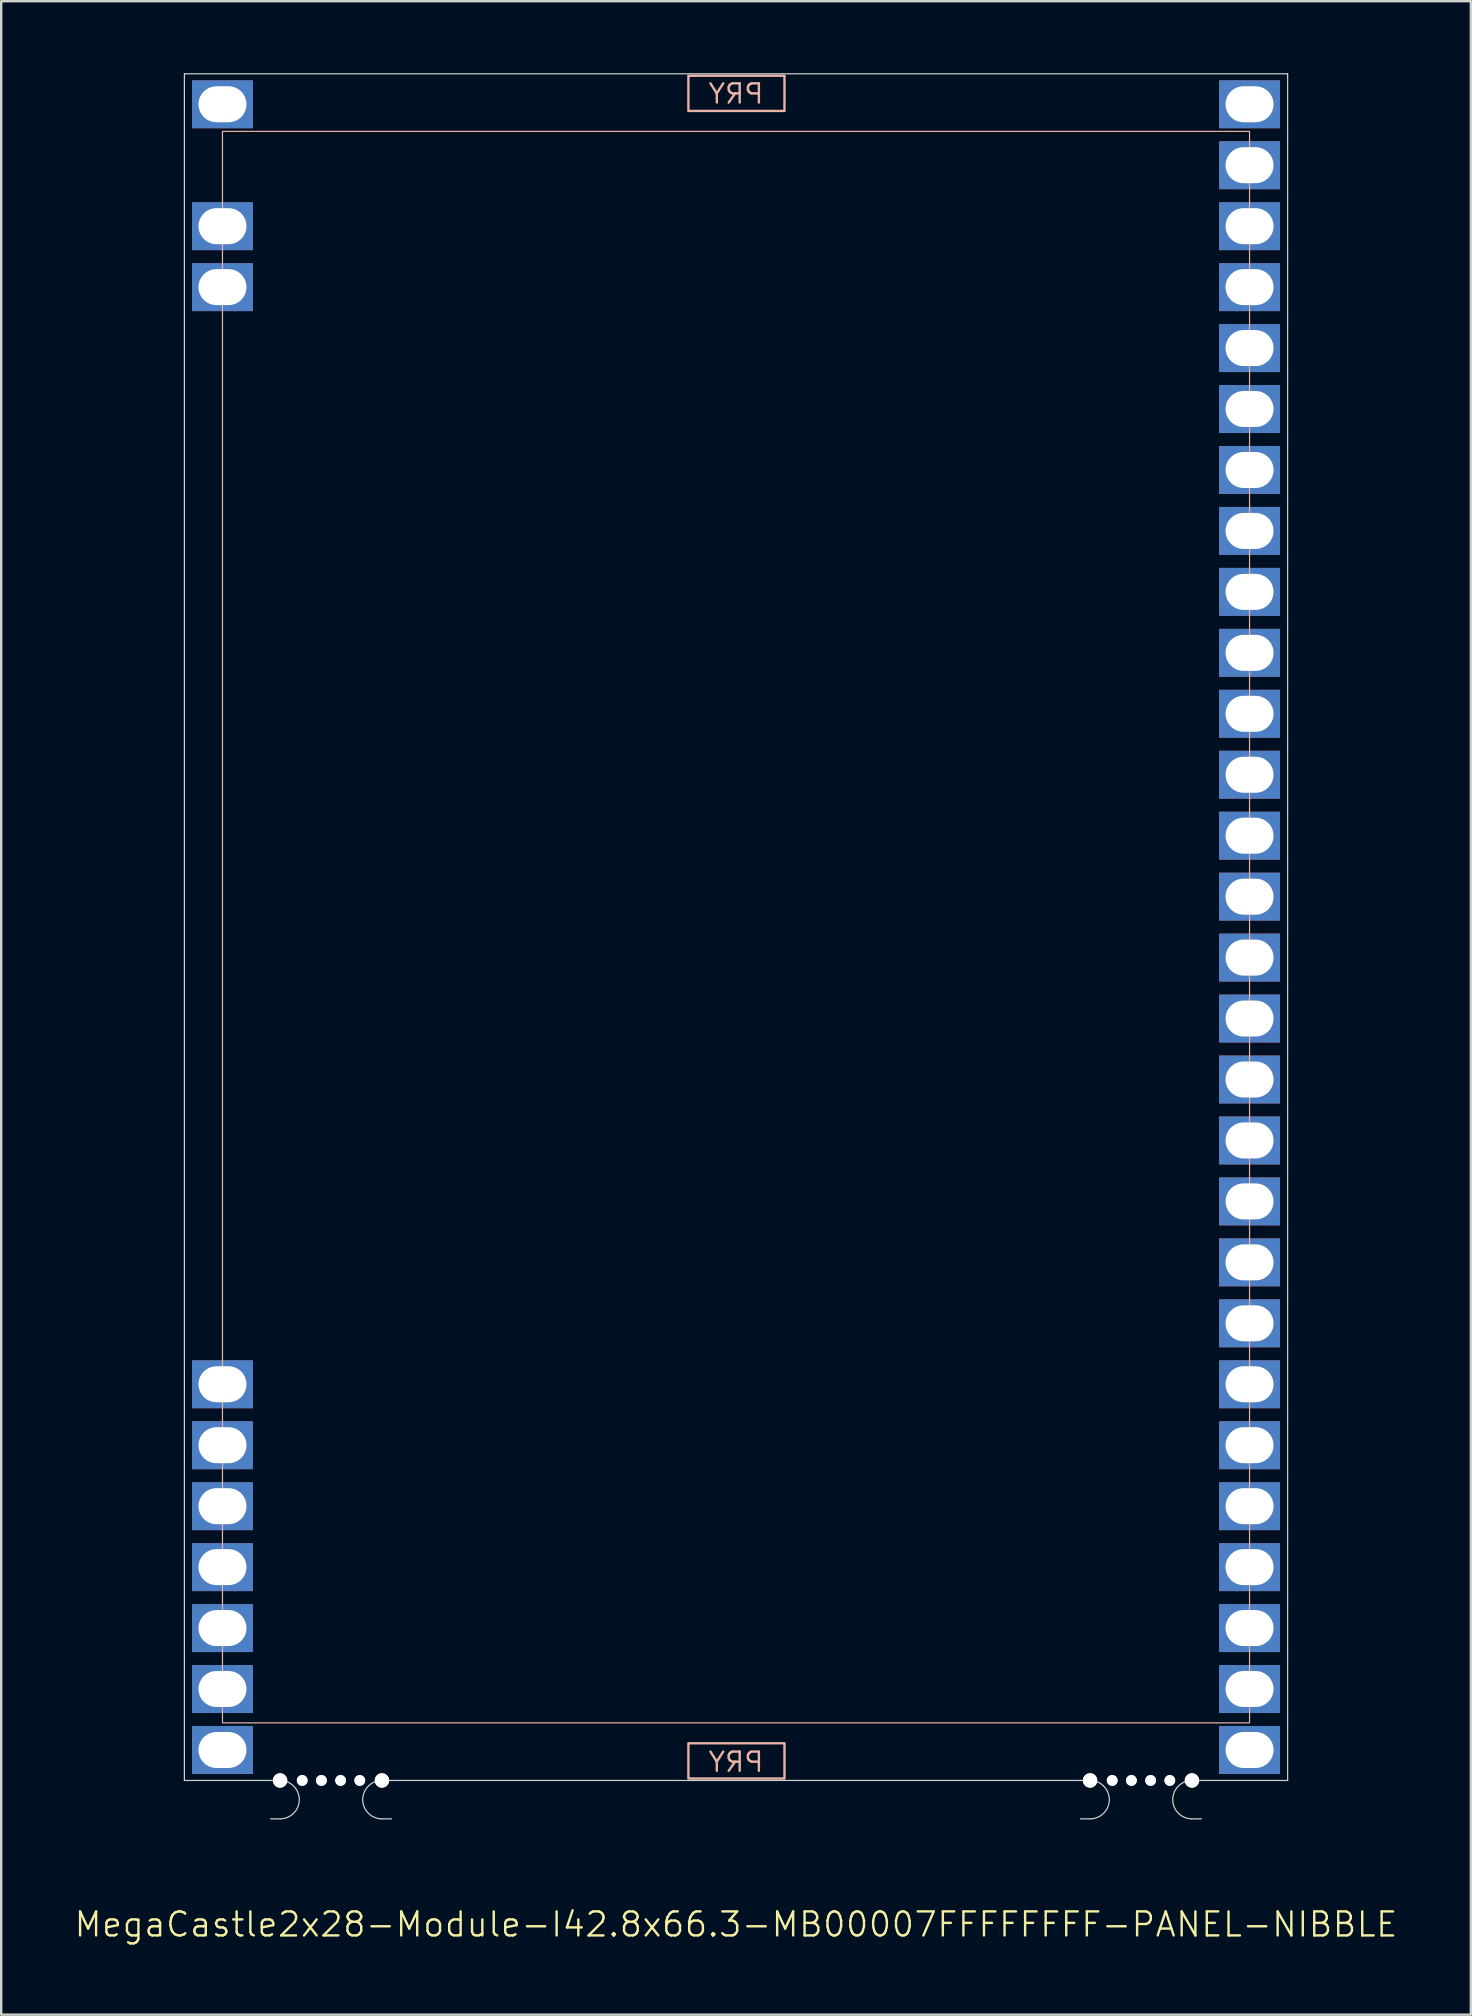
<source format=kicad_pcb>
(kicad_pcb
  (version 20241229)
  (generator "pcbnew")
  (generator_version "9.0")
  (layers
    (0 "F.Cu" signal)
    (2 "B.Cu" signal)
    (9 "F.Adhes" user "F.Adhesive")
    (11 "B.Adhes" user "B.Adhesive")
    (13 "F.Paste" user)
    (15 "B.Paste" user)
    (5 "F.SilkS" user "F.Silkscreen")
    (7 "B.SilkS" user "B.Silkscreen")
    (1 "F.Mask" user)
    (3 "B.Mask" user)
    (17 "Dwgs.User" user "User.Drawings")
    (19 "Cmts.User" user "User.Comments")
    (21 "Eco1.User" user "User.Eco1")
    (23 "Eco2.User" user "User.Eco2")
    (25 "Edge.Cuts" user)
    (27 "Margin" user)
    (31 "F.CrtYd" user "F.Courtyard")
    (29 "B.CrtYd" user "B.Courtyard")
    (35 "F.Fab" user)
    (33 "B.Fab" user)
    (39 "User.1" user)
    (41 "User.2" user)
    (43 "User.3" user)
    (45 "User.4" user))
  (footprint "MegaCastle2x28-Module-I42.8x66.3-MB00007FFFFFFFF-PANEL-NIBBLE"
    (layer "F.Cu")
    (at 27.621 35.585)
    (property "Reference" "MegaCastle2x28-Module-I42.8x66.3-MB00007FFFFFFFF-PANEL-NIBBLE" (at 0 41.56 0) (unlocked yes) (layer "F.SilkS") (effects (font (size 1 1) (thickness 0.1))))
    (attr smd)
    (fp_rect (start -21.4 33.16) (end 21.4 -33.16) (stroke (width 0.05) (type default)) (fill no) (layer "B.SilkS"))
    (fp_rect (start -1.984 -34.011) (end 2.02 -35.48) (stroke (width 0.1) (type default)) (fill no) (layer "B.SilkS"))
    (fp_rect (start -1.984 34.011) (end 2.02 35.48) (stroke (width 0.1) (type default)) (fill no) (layer "B.SilkS"))
    (fp_line (start -22.987 -35.56) (end -22.987 35.56) (stroke (width 0.05) (type default)) (layer "Edge.Cuts"))
    (fp_line (start -22.987 -35.56) (end 22.987 -35.56) (stroke (width 0.05) (type default)) (layer "Edge.Cuts"))
    (fp_line (start -22.987 35.56) (end -19.4 35.56) (stroke (width 0.05) (type default)) (layer "Edge.Cuts"))
    (fp_line (start -19.4 35.56) (end -19 35.56) (stroke (width 0.05) (type default)) (layer "Edge.Cuts"))
    (fp_line (start -19.4 37.16) (end -19 37.16) (stroke (width 0.05) (type default)) (layer "Edge.Cuts"))
    (fp_line (start -14.355 35.56) (end -14.755 35.56) (stroke (width 0.05) (type default)) (layer "Edge.Cuts"))
    (fp_line (start -14.355 35.56) (end 14.355 35.56) (stroke (width 0.05) (type default)) (layer "Edge.Cuts"))
    (fp_line (start -14.355 37.16) (end -14.755 37.16) (stroke (width 0.05) (type default)) (layer "Edge.Cuts"))
    (fp_line (start 14.355 35.56) (end 14.755 35.56) (stroke (width 0.05) (type default)) (layer "Edge.Cuts"))
    (fp_line (start 14.355 37.16) (end 14.755 37.16) (stroke (width 0.05) (type default)) (layer "Edge.Cuts"))
    (fp_line (start 19.4 35.56) (end 19 35.56) (stroke (width 0.05) (type default)) (layer "Edge.Cuts"))
    (fp_line (start 19.4 35.56) (end 22.987 35.56) (stroke (width 0.05) (type default)) (layer "Edge.Cuts"))
    (fp_line (start 19.4 37.16) (end 19 37.16) (stroke (width 0.05) (type default)) (layer "Edge.Cuts"))
    (fp_line (start 22.987 -35.56) (end 22.987 35.56) (stroke (width 0.05) (type default)) (layer "Edge.Cuts"))
    (fp_arc (start -19 35.560001) (mid -18.199999 36.360001) (end -19 37.16) (stroke (width 0.05) (type default)) (layer "Edge.Cuts"))
    (fp_arc (start -14.754999 37.16) (mid -15.554999 36.360001) (end -14.754999 35.560001) (stroke (width 0.05) (type default)) (layer "Edge.Cuts"))
    (fp_arc (start 14.754997 35.560001) (mid 15.554997 36.360001) (end 14.754997 37.16) (stroke (width 0.05) (type default)) (layer "Edge.Cuts"))
    (fp_arc (start 18.999998 37.16) (mid 18.2 36.36) (end 18.999998 35.560001) (stroke (width 0.05) (type default)) (layer "Edge.Cuts"))
    (fp_text user "PRY" (at 0 -34.26 0) (unlocked yes) (layer "B.SilkS") (effects (font (size 0.8 0.8) (thickness 0.1)) (justify bottom mirror)))
    (fp_text user "PRY" (at 0 35.26 0) (unlocked yes) (layer "B.SilkS") (effects (font (size 0.8 0.8) (thickness 0.1)) (justify bottom mirror)))
    (pad "" np_thru_hole circle (at -19 35.56) (size 0.6 0.6) (drill 0.6) (layers "*.Cu" "Edge.Cuts"))
    (pad "" np_thru_hole circle (at -18.077 35.56) (size 0.45 0.45) (drill 0.45) (layers "*.Cu" "Edge.Cuts"))
    (pad "" np_thru_hole circle (at -17.277 35.56) (size 0.45 0.45) (drill 0.45) (layers "*.Cu" "Edge.Cuts"))
    (pad "" np_thru_hole circle (at -16.477 35.56) (size 0.45 0.45) (drill 0.45) (layers "*.Cu" "Edge.Cuts"))
    (pad "" np_thru_hole circle (at -15.678 35.56) (size 0.45 0.45) (drill 0.45) (layers "*.Cu" "Edge.Cuts"))
    (pad "" np_thru_hole circle (at -14.755 35.56) (size 0.6 0.6) (drill 0.6) (layers "*.Cu" "Edge.Cuts"))
    (pad "" np_thru_hole circle (at 14.755 35.56) (size 0.6 0.6) (drill 0.6) (layers "*.Cu" "Edge.Cuts"))
    (pad "" np_thru_hole circle (at 15.677 35.56) (size 0.45 0.45) (drill 0.45) (layers "*.Cu" "Edge.Cuts"))
    (pad "" np_thru_hole circle (at 16.477 35.56) (size 0.45 0.45) (drill 0.45) (layers "*.Cu" "Edge.Cuts"))
    (pad "" np_thru_hole circle (at 17.277 35.56) (size 0.45 0.45) (drill 0.45) (layers "*.Cu" "Edge.Cuts"))
    (pad "" np_thru_hole circle (at 18.077 35.56) (size 0.45 0.45) (drill 0.45) (layers "*.Cu" "Edge.Cuts"))
    (pad "" np_thru_hole circle (at 19 35.56) (size 0.6 0.6) (drill 0.6) (layers "*.Cu" "Edge.Cuts"))
    (pad "1" thru_hole rect (at -21.4 -34.29) (size 2.54 2) (drill oval 2 1.5) (property pad_prop_castellated) (layers "*.Cu" "*.Mask"))
    (pad "3" thru_hole rect (at -21.4 -29.21) (size 2.54 2) (drill oval 2 1.5) (property pad_prop_castellated) (layers "*.Cu" "*.Mask"))
    (pad "4" thru_hole rect (at -21.4 -26.67) (size 2.54 2) (drill oval 2 1.5) (property pad_prop_castellated) (layers "*.Cu" "*.Mask"))
    (pad "22" thru_hole rect (at -21.4 19.05) (size 2.54 2) (drill oval 2 1.5) (property pad_prop_castellated) (layers "*.Cu" "*.Mask"))
    (pad "23" thru_hole rect (at -21.4 21.59) (size 2.54 2) (drill oval 2 1.5) (property pad_prop_castellated) (layers "*.Cu" "*.Mask"))
    (pad "24" thru_hole rect (at -21.4 24.13) (size 2.54 2) (drill oval 2 1.5) (property pad_prop_castellated) (layers "*.Cu" "*.Mask"))
    (pad "25" thru_hole rect (at -21.4 26.67) (size 2.54 2) (drill oval 2 1.5) (property pad_prop_castellated) (layers "*.Cu" "*.Mask"))
    (pad "26" thru_hole rect (at -21.4 29.21) (size 2.54 2) (drill oval 2 1.5) (property pad_prop_castellated) (layers "*.Cu" "*.Mask"))
    (pad "27" thru_hole rect (at -21.4 31.75) (size 2.54 2) (drill oval 2 1.5) (property pad_prop_castellated) (layers "*.Cu" "*.Mask"))
    (pad "28" thru_hole rect (at -21.4 34.29) (size 2.54 2) (drill oval 2 1.5) (property pad_prop_castellated) (layers "*.Cu" "*.Mask"))
    (pad "29" thru_hole rect (at 21.4 -34.29) (size 2.54 2) (drill oval 2 1.5) (property pad_prop_castellated) (layers "*.Cu" "*.Mask"))
    (pad "30" thru_hole rect (at 21.4 -31.75) (size 2.54 2) (drill oval 2 1.5) (property pad_prop_castellated) (layers "*.Cu" "*.Mask"))
    (pad "31" thru_hole rect (at 21.4 -29.21) (size 2.54 2) (drill oval 2 1.5) (property pad_prop_castellated) (layers "*.Cu" "*.Mask"))
    (pad "32" thru_hole rect (at 21.4 -26.67) (size 2.54 2) (drill oval 2 1.5) (property pad_prop_castellated) (layers "*.Cu" "*.Mask"))
    (pad "33" thru_hole rect (at 21.4 -24.13) (size 2.54 2) (drill oval 2 1.5) (property pad_prop_castellated) (layers "*.Cu" "*.Mask"))
    (pad "34" thru_hole rect (at 21.4 -21.59) (size 2.54 2) (drill oval 2 1.5) (property pad_prop_castellated) (layers "*.Cu" "*.Mask"))
    (pad "35" thru_hole rect (at 21.4 -19.05) (size 2.54 2) (drill oval 2 1.5) (property pad_prop_castellated) (layers "*.Cu" "*.Mask"))
    (pad "36" thru_hole rect (at 21.4 -16.51) (size 2.54 2) (drill oval 2 1.5) (property pad_prop_castellated) (layers "*.Cu" "*.Mask"))
    (pad "37" thru_hole rect (at 21.4 -13.97) (size 2.54 2) (drill oval 2 1.5) (property pad_prop_castellated) (layers "*.Cu" "*.Mask"))
    (pad "38" thru_hole rect (at 21.4 -11.43) (size 2.54 2) (drill oval 2 1.5) (property pad_prop_castellated) (layers "*.Cu" "*.Mask"))
    (pad "39" thru_hole rect (at 21.4 -8.89) (size 2.54 2) (drill oval 2 1.5) (property pad_prop_castellated) (layers "*.Cu" "*.Mask"))
    (pad "40" thru_hole rect (at 21.4 -6.35) (size 2.54 2) (drill oval 2 1.5) (property pad_prop_castellated) (layers "*.Cu" "*.Mask"))
    (pad "41" thru_hole rect (at 21.4 -3.81) (size 2.54 2) (drill oval 2 1.5) (property pad_prop_castellated) (layers "*.Cu" "*.Mask"))
    (pad "42" thru_hole rect (at 21.4 -1.27) (size 2.54 2) (drill oval 2 1.5) (property pad_prop_castellated) (layers "*.Cu" "*.Mask"))
    (pad "43" thru_hole rect (at 21.4 1.27) (size 2.54 2) (drill oval 2 1.5) (property pad_prop_castellated) (layers "*.Cu" "*.Mask"))
    (pad "44" thru_hole rect (at 21.4 3.81) (size 2.54 2) (drill oval 2 1.5) (property pad_prop_castellated) (layers "*.Cu" "*.Mask"))
    (pad "45" thru_hole rect (at 21.4 6.35) (size 2.54 2) (drill oval 2 1.5) (property pad_prop_castellated) (layers "*.Cu" "*.Mask"))
    (pad "46" thru_hole rect (at 21.4 8.89) (size 2.54 2) (drill oval 2 1.5) (property pad_prop_castellated) (layers "*.Cu" "*.Mask"))
    (pad "47" thru_hole rect (at 21.4 11.43) (size 2.54 2) (drill oval 2 1.5) (property pad_prop_castellated) (layers "*.Cu" "*.Mask"))
    (pad "48" thru_hole rect (at 21.4 13.97) (size 2.54 2) (drill oval 2 1.5) (property pad_prop_castellated) (layers "*.Cu" "*.Mask"))
    (pad "49" thru_hole rect (at 21.4 16.51) (size 2.54 2) (drill oval 2 1.5) (property pad_prop_castellated) (layers "*.Cu" "*.Mask"))
    (pad "50" thru_hole rect (at 21.4 19.05) (size 2.54 2) (drill oval 2 1.5) (property pad_prop_castellated) (layers "*.Cu" "*.Mask"))
    (pad "51" thru_hole rect (at 21.4 21.59) (size 2.54 2) (drill oval 2 1.5) (property pad_prop_castellated) (layers "*.Cu" "*.Mask"))
    (pad "52" thru_hole rect (at 21.4 24.13) (size 2.54 2) (drill oval 2 1.5) (property pad_prop_castellated) (layers "*.Cu" "*.Mask"))
    (pad "53" thru_hole rect (at 21.4 26.67) (size 2.54 2) (drill oval 2 1.5) (property pad_prop_castellated) (layers "*.Cu" "*.Mask"))
    (pad "54" thru_hole rect (at 21.4 29.21) (size 2.54 2) (drill oval 2 1.5) (property pad_prop_castellated) (layers "*.Cu" "*.Mask"))
    (pad "55" thru_hole rect (at 21.4 31.75) (size 2.54 2) (drill oval 2 1.5) (property pad_prop_castellated) (layers "*.Cu" "*.Mask"))
    (pad "56" thru_hole rect (at 21.4 34.29) (size 2.54 2) (drill oval 2 1.5) (property pad_prop_castellated) (layers "*.Cu" "*.Mask"))
    (zone (net_name "") (layer "B.Cu") (hatch edge 0.5) (connect_pads) (min_thickness 0.25) (filled_areas_thickness no) (keepout (tracks allowed) (vias allowed) (pads allowed) (copperpour allowed) (footprints not_allowed)) (placement (enabled no)) (fill) (polygon (pts (xy 6.221 71.145) (xy 6.221 0.025))))
    (zone (net_name "") (layer "B.Cu") (hatch edge 0.5) (connect_pads) (min_thickness 0.25) (filled_areas_thickness no) (keepout (tracks allowed) (vias allowed) (pads allowed) (copperpour allowed) (footprints not_allowed)) (placement (enabled no)) (fill) (polygon (pts (xy 49.021 71.145) (xy 49.021 0.025))))
    (zone (net_name "") (layer "B.Cu") (hatch edge 0.5) (connect_pads) (min_thickness 0.25) (filled_areas_thickness no) (keepout (tracks allowed) (vias allowed) (pads allowed) (copperpour allowed) (footprints not_allowed)) (placement (enabled no)) (fill) (polygon (pts (xy 6.221 0.025) (xy 6.221 2.425) (xy 49.021 2.425) (xy 49.021 0.025))))
    (zone (net_name "") (layer "B.Cu") (hatch edge 0.5) (connect_pads) (min_thickness 0.25) (filled_areas_thickness no) (keepout (tracks allowed) (vias allowed) (pads allowed) (copperpour allowed) (footprints not_allowed)) (placement (enabled no)) (fill) (polygon (pts (xy 6.221 71.145) (xy 6.221 68.745) (xy 49.021 68.745) (xy 49.021 71.145))))
    (zone (net_name "") (layer "B.Cu") (name "Upper Pry Zone") (hatch edge 0.5) (connect_pads) (min_thickness 0.25) (filled_areas_thickness no) (keepout (tracks not_allowed) (vias not_allowed) (pads not_allowed) (copperpour allowed) (footprints not_allowed)) (placement (enabled no)) (fill) (polygon (pts (xy 25.637 1.574) (xy 25.637 0.105) (xy 29.641 0.105) (xy 29.641 1.574))))
    (zone (net_name "") (layer "B.Cu") (name "Upper Pry Zone") (hatch edge 0.5) (connect_pads) (min_thickness 0.25) (filled_areas_thickness no) (keepout (tracks not_allowed) (vias not_allowed) (pads not_allowed) (copperpour allowed) (footprints not_allowed)) (placement (enabled no)) (fill) (polygon (pts (xy 25.637 69.596) (xy 25.637 71.065) (xy 29.641 71.065) (xy 29.641 69.596)))))
  (gr_rect
    (start -3 -3)
    (end 58.243 80.906)
    (stroke (width 0.1) (type default))
    (fill no)
    (layer "Edge.Cuts")))
</source>
